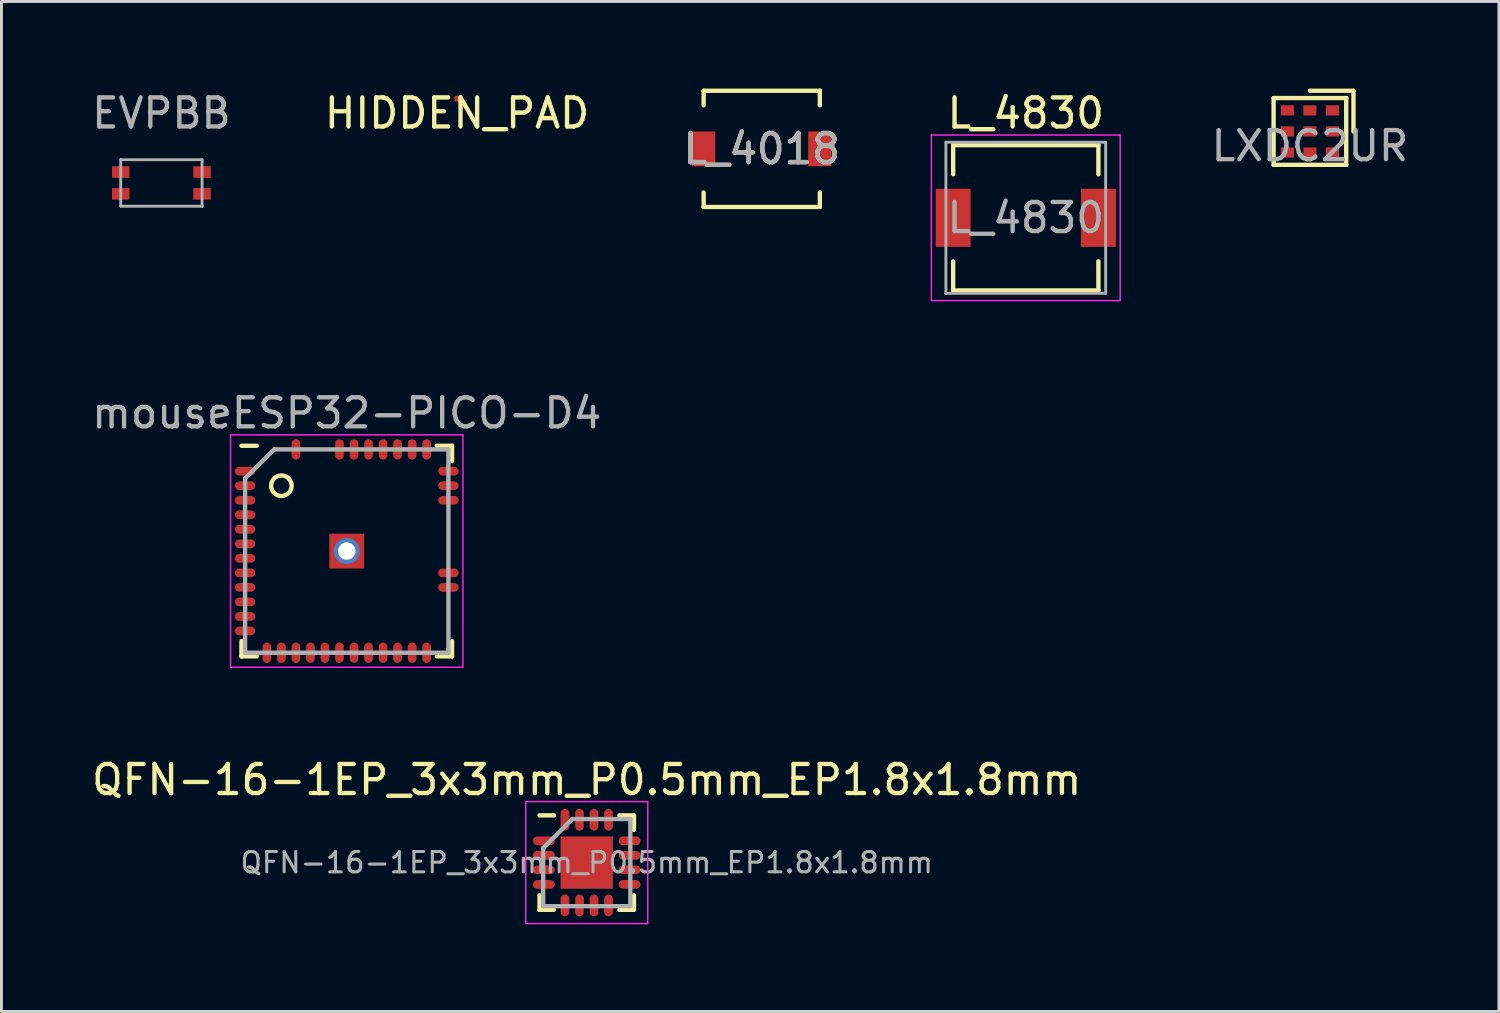
<source format=kicad_pcb>
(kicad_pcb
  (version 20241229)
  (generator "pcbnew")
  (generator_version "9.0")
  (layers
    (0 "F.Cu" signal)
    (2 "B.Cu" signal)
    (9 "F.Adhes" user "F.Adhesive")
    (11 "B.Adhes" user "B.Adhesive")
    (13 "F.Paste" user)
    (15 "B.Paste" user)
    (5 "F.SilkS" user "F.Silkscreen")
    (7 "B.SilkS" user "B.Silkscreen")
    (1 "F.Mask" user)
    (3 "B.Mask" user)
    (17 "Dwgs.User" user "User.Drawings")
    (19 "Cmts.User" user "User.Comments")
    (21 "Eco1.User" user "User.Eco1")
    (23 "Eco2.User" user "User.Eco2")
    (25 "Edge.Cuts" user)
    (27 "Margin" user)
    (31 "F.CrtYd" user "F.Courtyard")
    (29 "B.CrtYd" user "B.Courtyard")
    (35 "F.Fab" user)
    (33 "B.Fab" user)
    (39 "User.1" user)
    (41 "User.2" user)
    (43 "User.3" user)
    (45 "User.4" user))
  (footprint "mouseESP32-PICO-D4"
    (layer "F.Cu")
    (at 8.887 15.921)
    (property "Reference" "mouseESP32-PICO-D4" (at 0 -4.75 0) (layer "F.Fab") (effects (font (size 1 1) (thickness 0.15))))
    (attr smd)
    (fp_line (start -3.625 -3.625) (end -3.1 -3.625) (stroke (width 0.15) (type solid)) (layer "F.SilkS"))
    (fp_line (start -3.625 3.625) (end -3.625 3.1) (stroke (width 0.15) (type solid)) (layer "F.SilkS"))
    (fp_line (start -3.625 3.625) (end -3.1 3.625) (stroke (width 0.15) (type solid)) (layer "F.SilkS"))
    (fp_line (start 3.625 -3.625) (end 3.1 -3.625) (stroke (width 0.15) (type solid)) (layer "F.SilkS"))
    (fp_line (start 3.625 -3.625) (end 3.625 -3.1) (stroke (width 0.15) (type solid)) (layer "F.SilkS"))
    (fp_line (start 3.625 3.625) (end 3.1 3.625) (stroke (width 0.15) (type solid)) (layer "F.SilkS"))
    (fp_line (start 3.625 3.625) (end 3.625 3.1) (stroke (width 0.15) (type solid)) (layer "F.SilkS"))
    (fp_circle (center -2.25 -2.25) (end -2 -2.5) (stroke (width 0.15) (type solid)) (fill no) (layer "F.SilkS"))
    (fp_line (start -4 -4) (end -4 4) (stroke (width 0.05) (type solid)) (layer "F.CrtYd"))
    (fp_line (start -4 -4) (end 4 -4) (stroke (width 0.05) (type solid)) (layer "F.CrtYd"))
    (fp_line (start -4 4) (end 4 4) (stroke (width 0.05) (type solid)) (layer "F.CrtYd"))
    (fp_line (start 4 -4) (end 4 4) (stroke (width 0.05) (type solid)) (layer "F.CrtYd"))
    (fp_line (start -3.5 -2.5) (end -2.5 -3.5) (stroke (width 0.15) (type solid)) (layer "F.Fab"))
    (fp_line (start -3.5 3.5) (end -3.5 -2.5) (stroke (width 0.15) (type solid)) (layer "F.Fab"))
    (fp_line (start -2.5 -3.5) (end 3.5 -3.5) (stroke (width 0.15) (type solid)) (layer "F.Fab"))
    (fp_line (start 3.5 -3.5) (end 3.5 3.5) (stroke (width 0.15) (type solid)) (layer "F.Fab"))
    (fp_line (start 3.5 3.5) (end -3.5 3.5) (stroke (width 0.15) (type solid)) (layer "F.Fab"))
    (pad "1" smd oval (at -3.5 -2.75) (size 0.7 0.3) (layers "F.Cu" "F.Mask" "F.Paste"))
    (pad "2" smd oval (at -3.5 -2.25) (size 0.7 0.3) (layers "F.Cu" "F.Mask" "F.Paste"))
    (pad "3" smd oval (at -3.5 -1.75) (size 0.7 0.3) (layers "F.Cu" "F.Mask" "F.Paste"))
    (pad "4" smd oval (at -3.5 -1.25) (size 0.7 0.3) (layers "F.Cu" "F.Mask" "F.Paste"))
    (pad "5" smd oval (at -3.5 -0.75) (size 0.7 0.3) (layers "F.Cu" "F.Mask" "F.Paste"))
    (pad "6" smd oval (at -3.5 -0.25) (size 0.7 0.3) (layers "F.Cu" "F.Mask" "F.Paste"))
    (pad "7" smd oval (at -3.5 0.25) (size 0.7 0.3) (layers "F.Cu" "F.Mask" "F.Paste"))
    (pad "8" smd oval (at -3.5 0.75) (size 0.7 0.3) (layers "F.Cu" "F.Mask" "F.Paste"))
    (pad "9" smd oval (at -3.5 1.25) (size 0.7 0.3) (layers "F.Cu" "F.Mask" "F.Paste"))
    (pad "10" smd oval (at -3.5 1.75) (size 0.7 0.3) (layers "F.Cu" "F.Mask" "F.Paste"))
    (pad "11" smd oval (at -3.5 2.25) (size 0.7 0.3) (layers "F.Cu" "F.Mask" "F.Paste"))
    (pad "12" smd oval (at -3.5 2.75) (size 0.7 0.3) (layers "F.Cu" "F.Mask" "F.Paste"))
    (pad "13" smd oval (at -2.75 3.5) (size 0.3 0.7) (layers "F.Cu" "F.Mask" "F.Paste"))
    (pad "14" smd oval (at -2.25 3.5) (size 0.3 0.7) (layers "F.Cu" "F.Mask" "F.Paste"))
    (pad "15" smd oval (at -1.75 3.5) (size 0.3 0.7) (layers "F.Cu" "F.Mask" "F.Paste"))
    (pad "16" smd oval (at -1.25 3.5) (size 0.3 0.7) (layers "F.Cu" "F.Mask" "F.Paste"))
    (pad "17" smd oval (at -0.75 3.5) (size 0.3 0.7) (layers "F.Cu" "F.Mask" "F.Paste"))
    (pad "18" smd oval (at -0.25 3.5) (size 0.3 0.7) (layers "F.Cu" "F.Mask" "F.Paste"))
    (pad "19" smd oval (at 0.25 3.5) (size 0.3 0.7) (layers "F.Cu" "F.Mask" "F.Paste"))
    (pad "20" smd oval (at 0.75 3.5) (size 0.3 0.7) (layers "F.Cu" "F.Mask" "F.Paste"))
    (pad "21" smd oval (at 1.25 3.5) (size 0.3 0.7) (layers "F.Cu" "F.Mask" "F.Paste"))
    (pad "22" smd oval (at 1.75 3.5) (size 0.3 0.7) (layers "F.Cu" "F.Mask" "F.Paste"))
    (pad "23" smd oval (at 2.25 3.5) (size 0.3 0.7) (layers "F.Cu" "F.Mask" "F.Paste"))
    (pad "24" smd oval (at 2.75 3.5) (size 0.3 0.7) (layers "F.Cu" "F.Mask" "F.Paste"))
    (pad "28" smd oval (at 3.5 1.25) (size 0.7 0.3) (layers "F.Cu" "F.Mask" "F.Paste"))
    (pad "29" smd oval (at 3.5 0.75) (size 0.7 0.3) (layers "F.Cu" "F.Mask" "F.Paste"))
    (pad "34" smd oval (at 3.5 -1.75) (size 0.7 0.3) (layers "F.Cu" "F.Mask" "F.Paste"))
    (pad "35" smd oval (at 3.5 -2.25) (size 0.7 0.3) (layers "F.Cu" "F.Mask" "F.Paste"))
    (pad "36" smd oval (at 3.5 -2.75) (size 0.7 0.3) (layers "F.Cu" "F.Mask" "F.Paste"))
    (pad "37" smd oval (at 2.75 -3.5 90) (size 0.7 0.3) (layers "F.Cu" "F.Mask" "F.Paste"))
    (pad "38" smd oval (at 2.25 -3.5 90) (size 0.7 0.3) (layers "F.Cu" "F.Mask" "F.Paste"))
    (pad "39" smd oval (at 1.75 -3.5 90) (size 0.7 0.3) (layers "F.Cu" "F.Mask" "F.Paste"))
    (pad "40" smd oval (at 1.25 -3.5 90) (size 0.7 0.3) (layers "F.Cu" "F.Mask" "F.Paste"))
    (pad "41" smd oval (at 0.75 -3.5 90) (size 0.7 0.3) (layers "F.Cu" "F.Mask" "F.Paste"))
    (pad "42" smd oval (at 0.25 -3.5 90) (size 0.7 0.3) (layers "F.Cu" "F.Mask" "F.Paste"))
    (pad "43" smd oval (at -0.25 -3.5 90) (size 0.7 0.3) (layers "F.Cu" "F.Mask" "F.Paste"))
    (pad "46" smd oval (at -1.75 -3.5 90) (size 0.7 0.3) (layers "F.Cu" "F.Mask" "F.Paste"))
    (pad "49" thru_hole circle (at 0 0) (size 0.9 0.9) (drill 0.6) (layers "*.Cu" "*.Mask"))
    (pad "49" smd rect (at 0 0) (size 1.2 1.2) (layers "F.Cu" "F.Mask" "F.Paste")))
  (footprint "QFN-16-1EP_3x3mm_P0.5mm_EP1.8x1.8mm"
    (layer "F.Cu")
    (at 17.149 26.645)
    (property "Reference" "QFN-16-1EP_3x3mm_P0.5mm_EP1.8x1.8mm" (at 0 -2.85 0) (layer "F.SilkS") (effects (font (size 1 1) (thickness 0.15))))
    (attr smd)
    (fp_line (start -1.625 -1.625) (end -1.125 -1.625) (stroke (width 0.15) (type solid)) (layer "F.SilkS"))
    (fp_line (start -1.625 1.625) (end -1.625 1.125) (stroke (width 0.15) (type solid)) (layer "F.SilkS"))
    (fp_line (start -1.625 1.625) (end -1.125 1.625) (stroke (width 0.15) (type solid)) (layer "F.SilkS"))
    (fp_line (start 1.625 -1.625) (end 1.125 -1.625) (stroke (width 0.15) (type solid)) (layer "F.SilkS"))
    (fp_line (start 1.625 -1.625) (end 1.625 -1.125) (stroke (width 0.15) (type solid)) (layer "F.SilkS"))
    (fp_line (start 1.625 1.625) (end 1.125 1.625) (stroke (width 0.15) (type solid)) (layer "F.SilkS"))
    (fp_line (start 1.625 1.625) (end 1.625 1.125) (stroke (width 0.15) (type solid)) (layer "F.SilkS"))
    (fp_line (start -2.1 -2.1) (end -2.1 2.1) (stroke (width 0.05) (type solid)) (layer "F.CrtYd"))
    (fp_line (start -2.1 -2.1) (end 2.1 -2.1) (stroke (width 0.05) (type solid)) (layer "F.CrtYd"))
    (fp_line (start -2.1 2.1) (end 2.1 2.1) (stroke (width 0.05) (type solid)) (layer "F.CrtYd"))
    (fp_line (start 2.1 -2.1) (end 2.1 2.1) (stroke (width 0.05) (type solid)) (layer "F.CrtYd"))
    (fp_line (start -1.5 -0.5) (end -0.5 -1.5) (stroke (width 0.15) (type solid)) (layer "F.Fab"))
    (fp_line (start -1.5 1.5) (end -1.5 -0.5) (stroke (width 0.15) (type solid)) (layer "F.Fab"))
    (fp_line (start -0.5 -1.5) (end 1.5 -1.5) (stroke (width 0.15) (type solid)) (layer "F.Fab"))
    (fp_line (start 1.5 -1.5) (end 1.5 1.5) (stroke (width 0.15) (type solid)) (layer "F.Fab"))
    (fp_line (start 1.5 1.5) (end -1.5 1.5) (stroke (width 0.15) (type solid)) (layer "F.Fab"))
    (fp_text user "${REFERENCE}" (at 0 0 0) (layer "F.Fab") (effects (font (size 0.7 0.7) (thickness 0.105))))
    (pad "" smd rect (at -0.45 -0.45) (size 0.73 0.73) (layers "F.Paste"))
    (pad "" smd rect (at -0.45 0.45) (size 0.73 0.73) (layers "F.Paste"))
    (pad "" smd rect (at 0.45 -0.45) (size 0.73 0.73) (layers "F.Paste"))
    (pad "" smd rect (at 0.45 0.45) (size 0.73 0.73) (layers "F.Paste"))
    (pad "1" smd oval (at -1.475 -0.75) (size 0.75 0.3) (layers "F.Cu" "F.Mask" "F.Paste"))
    (pad "2" smd oval (at -1.475 -0.25) (size 0.75 0.3) (layers "F.Cu" "F.Mask" "F.Paste"))
    (pad "3" smd oval (at -1.475 0.25) (size 0.75 0.3) (layers "F.Cu" "F.Mask" "F.Paste"))
    (pad "4" smd oval (at -1.475 0.75) (size 0.75 0.3) (layers "F.Cu" "F.Mask" "F.Paste"))
    (pad "5" smd oval (at -0.75 1.475 90) (size 0.75 0.3) (layers "F.Cu" "F.Mask" "F.Paste"))
    (pad "6" smd oval (at -0.25 1.475 90) (size 0.75 0.3) (layers "F.Cu" "F.Mask" "F.Paste"))
    (pad "7" smd oval (at 0.25 1.475 90) (size 0.75 0.3) (layers "F.Cu" "F.Mask" "F.Paste"))
    (pad "8" smd oval (at 0.75 1.475 90) (size 0.75 0.3) (layers "F.Cu" "F.Mask" "F.Paste"))
    (pad "9" smd oval (at 1.475 0.75) (size 0.75 0.3) (layers "F.Cu" "F.Mask" "F.Paste"))
    (pad "10" smd oval (at 1.475 0.25) (size 0.75 0.3) (layers "F.Cu" "F.Mask" "F.Paste"))
    (pad "11" smd oval (at 1.475 -0.25) (size 0.75 0.3) (layers "F.Cu" "F.Mask" "F.Paste"))
    (pad "12" smd oval (at 1.475 -0.75) (size 0.75 0.3) (layers "F.Cu" "F.Mask" "F.Paste"))
    (pad "13" smd oval (at 0.75 -1.475 90) (size 0.75 0.3) (layers "F.Cu" "F.Mask" "F.Paste"))
    (pad "14" smd oval (at 0.25 -1.475 90) (size 0.75 0.3) (layers "F.Cu" "F.Mask" "F.Paste"))
    (pad "15" smd oval (at -0.25 -1.475 90) (size 0.75 0.3) (layers "F.Cu" "F.Mask" "F.Paste"))
    (pad "16" smd oval (at -0.75 -1.475 90) (size 0.75 0.3) (layers "F.Cu" "F.Mask" "F.Paste"))
    (pad "17" smd rect (at 0 0) (size 1.8 1.8) (layers "F.Cu" "F.Mask")))
  (footprint "HIDDEN_PAD"
    (layer "F.Cu")
    (at 12.685 0.348)
    (property "Reference" "HIDDEN_PAD" (at 0 0.5 0) (layer "F.SilkS") (effects (font (size 1 1) (thickness 0.15))))
    (attr through_hole)
    (pad "1" smd roundrect (at 0 0) (size 0.2 0.2) (layers "F.Cu" "F.Paste") (roundrect_rratio 0.25)))
  (footprint "LXDC2UR"
    (layer "F.Cu")
    (at 42.044 1.475)
    (property "Reference" "LXDC2UR" (at 0 0.5 0) (layer "F.Fab") (effects (font (size 1 1) (thickness 0.15))))
    (attr through_hole)
    (fp_line (start -1.25 -1.15) (end -1.25 1.15) (stroke (width 0.15) (type solid)) (layer "F.SilkS"))
    (fp_line (start -1.25 1.15) (end 1.25 1.15) (stroke (width 0.15) (type solid)) (layer "F.SilkS"))
    (fp_line (start 0 -1.4) (end 1.5 -1.4) (stroke (width 0.15) (type solid)) (layer "F.SilkS"))
    (fp_line (start 1.25 -1.15) (end -1.25 -1.15) (stroke (width 0.15) (type solid)) (layer "F.SilkS"))
    (fp_line (start 1.25 1.15) (end 1.25 -1.15) (stroke (width 0.15) (type solid)) (layer "F.SilkS"))
    (fp_line (start 1.5 -1.4) (end 1.5 0) (stroke (width 0.15) (type solid)) (layer "F.SilkS"))
    (pad "1" smd rect (at 0.775 -0.725) (size 0.45 0.35) (layers "F.Cu" "F.Mask" "F.Paste"))
    (pad "2" smd rect (at 0 -0.725) (size 0.45 0.35) (layers "F.Cu" "F.Mask" "F.Paste"))
    (pad "3" smd rect (at -0.775 -0.725) (size 0.45 0.35) (layers "F.Cu" "F.Mask" "F.Paste"))
    (pad "4" smd rect (at -0.775 0) (size 0.45 0.35) (layers "F.Cu" "F.Mask" "F.Paste"))
    (pad "5" smd rect (at -0.775 0.725) (size 0.45 0.35) (layers "F.Cu" "F.Mask" "F.Paste"))
    (pad "6" smd rect (at 0 0.725) (size 0.45 0.35) (layers "F.Cu" "F.Mask" "F.Paste"))
    (pad "7" smd rect (at 0.775 0.725) (size 0.45 0.35) (layers "F.Cu" "F.Mask" "F.Paste"))
    (pad "8" smd rect (at 0.775 0) (size 0.45 0.35) (layers "F.Cu" "F.Mask" "F.Paste"))
    (pad "9" smd rect (at 0 0) (size 0.45 0.35) (layers "F.Cu" "F.Mask" "F.Paste")))
  (footprint "L_4018"
    (layer "F.Cu")
    (at 23.173 2.075)
    (property "Reference" "L_4018" (at 0 0 0) (layer "F.SilkS") (effects (font (size 1 1) (thickness 0.15))))
    (attr smd)
    (fp_line (start -2 -2) (end 2 -2) (stroke (width 0.15) (type solid)) (layer "F.SilkS"))
    (fp_line (start -2 -1.5) (end -2 -2) (stroke (width 0.15) (type solid)) (layer "F.SilkS"))
    (fp_line (start -2 2) (end -2 1.5) (stroke (width 0.15) (type solid)) (layer "F.SilkS"))
    (fp_line (start 2 -2) (end 2 -1.5) (stroke (width 0.15) (type solid)) (layer "F.SilkS"))
    (fp_line (start 2 1.5) (end 2 2) (stroke (width 0.15) (type solid)) (layer "F.SilkS"))
    (fp_line (start 2 2) (end -2 2) (stroke (width 0.15) (type solid)) (layer "F.SilkS"))
    (fp_text user "${REFERENCE}" (at 0 0 0) (layer "F.Fab") (effects (font (size 1 1) (thickness 0.15))))
    (pad "1" smd rect (at -2 0) (size 0.8 1.2) (layers "F.Cu" "F.Mask" "F.Paste"))
    (pad "2" smd rect (at 2 0) (size 0.8 1.2) (layers "F.Cu" "F.Mask" "F.Paste")))
  (footprint "EVPBB"
    (layer "F.Cu")
    (at 2.506 3.248)
    (property "Reference" "EVPBB" (at 0 -2.4 0) (layer "F.Fab") (effects (font (size 1 1) (thickness 0.15))))
    (attr through_hole)
    (fp_line (start -1.4 -0.8) (end -1.4 0.8) (stroke (width 0.1) (type solid)) (layer "F.Fab"))
    (fp_line (start -1.4 0.8) (end 1.4 0.8) (stroke (width 0.1) (type solid)) (layer "F.Fab"))
    (fp_line (start 1.4 -0.8) (end -1.4 -0.8) (stroke (width 0.1) (type solid)) (layer "F.Fab"))
    (fp_line (start 1.4 0.8) (end 1.4 -0.8) (stroke (width 0.1) (type solid)) (layer "F.Fab"))
    (pad "1" smd rect (at -1.4 -0.375) (size 0.6 0.4) (layers "F.Cu" "F.Mask" "F.Paste"))
    (pad "1" smd rect (at -1.4 0.375) (size 0.6 0.4) (layers "F.Cu" "F.Mask" "F.Paste"))
    (pad "2" smd rect (at 1.4 -0.375) (size 0.6 0.4) (layers "F.Cu" "F.Mask" "F.Paste"))
    (pad "2" smd rect (at 1.4 0.375) (size 0.6 0.4) (layers "F.Cu" "F.Mask" "F.Paste")))
  (footprint "L_4830"
    (layer "F.Cu")
    (at 32.263 4.448)
    (property "Reference" "L_4830" (at 0 -3.6 0) (layer "F.SilkS") (effects (font (size 1 1) (thickness 0.15))))
    (attr smd)
    (fp_line (start -2.5 -2.5) (end 2.5 -2.5) (stroke (width 0.15) (type solid)) (layer "F.SilkS"))
    (fp_line (start -2.5 -1.5) (end -2.5 -2.5) (stroke (width 0.15) (type solid)) (layer "F.SilkS"))
    (fp_line (start -2.5 2.5) (end -2.5 1.5) (stroke (width 0.15) (type solid)) (layer "F.SilkS"))
    (fp_line (start 2.5 -2.5) (end 2.5 -1.5) (stroke (width 0.15) (type solid)) (layer "F.SilkS"))
    (fp_line (start 2.5 1.5) (end 2.5 2.5) (stroke (width 0.15) (type solid)) (layer "F.SilkS"))
    (fp_line (start 2.5 2.5) (end -2.5 2.5) (stroke (width 0.15) (type solid)) (layer "F.SilkS"))
    (fp_line (start -3.25 -2.85) (end -3.25 2.85) (stroke (width 0.05) (type solid)) (layer "F.CrtYd"))
    (fp_line (start -3.25 2.85) (end 3.25 2.85) (stroke (width 0.05) (type solid)) (layer "F.CrtYd"))
    (fp_line (start 3.25 -2.85) (end -3.25 -2.85) (stroke (width 0.05) (type solid)) (layer "F.CrtYd"))
    (fp_line (start 3.25 2.85) (end 3.25 -2.85) (stroke (width 0.05) (type solid)) (layer "F.CrtYd"))
    (fp_line (start -2.75 -2.6) (end -2.75 2.6) (stroke (width 0.1) (type solid)) (layer "F.Fab"))
    (fp_line (start -2.75 2.6) (end 2.75 2.6) (stroke (width 0.1) (type solid)) (layer "F.Fab"))
    (fp_line (start 2.75 -2.6) (end -2.75 -2.6) (stroke (width 0.1) (type solid)) (layer "F.Fab"))
    (fp_line (start 2.75 2.6) (end 2.75 -2.6) (stroke (width 0.1) (type solid)) (layer "F.Fab"))
    (fp_text user "${REFERENCE}" (at 0 0 0) (layer "F.Fab") (effects (font (size 1 1) (thickness 0.15))))
    (pad "1" smd rect (at -2.5 0) (size 1.2 2) (layers "F.Cu" "F.Mask" "F.Paste"))
    (pad "2" smd rect (at 2.5 0) (size 1.2 2) (layers "F.Cu" "F.Mask" "F.Paste")))
  (gr_rect
    (start -3 -3)
    (end 48.55 31.77)
    (stroke (width 0.1) (type default))
    (fill no)
    (layer "Edge.Cuts")))
</source>
